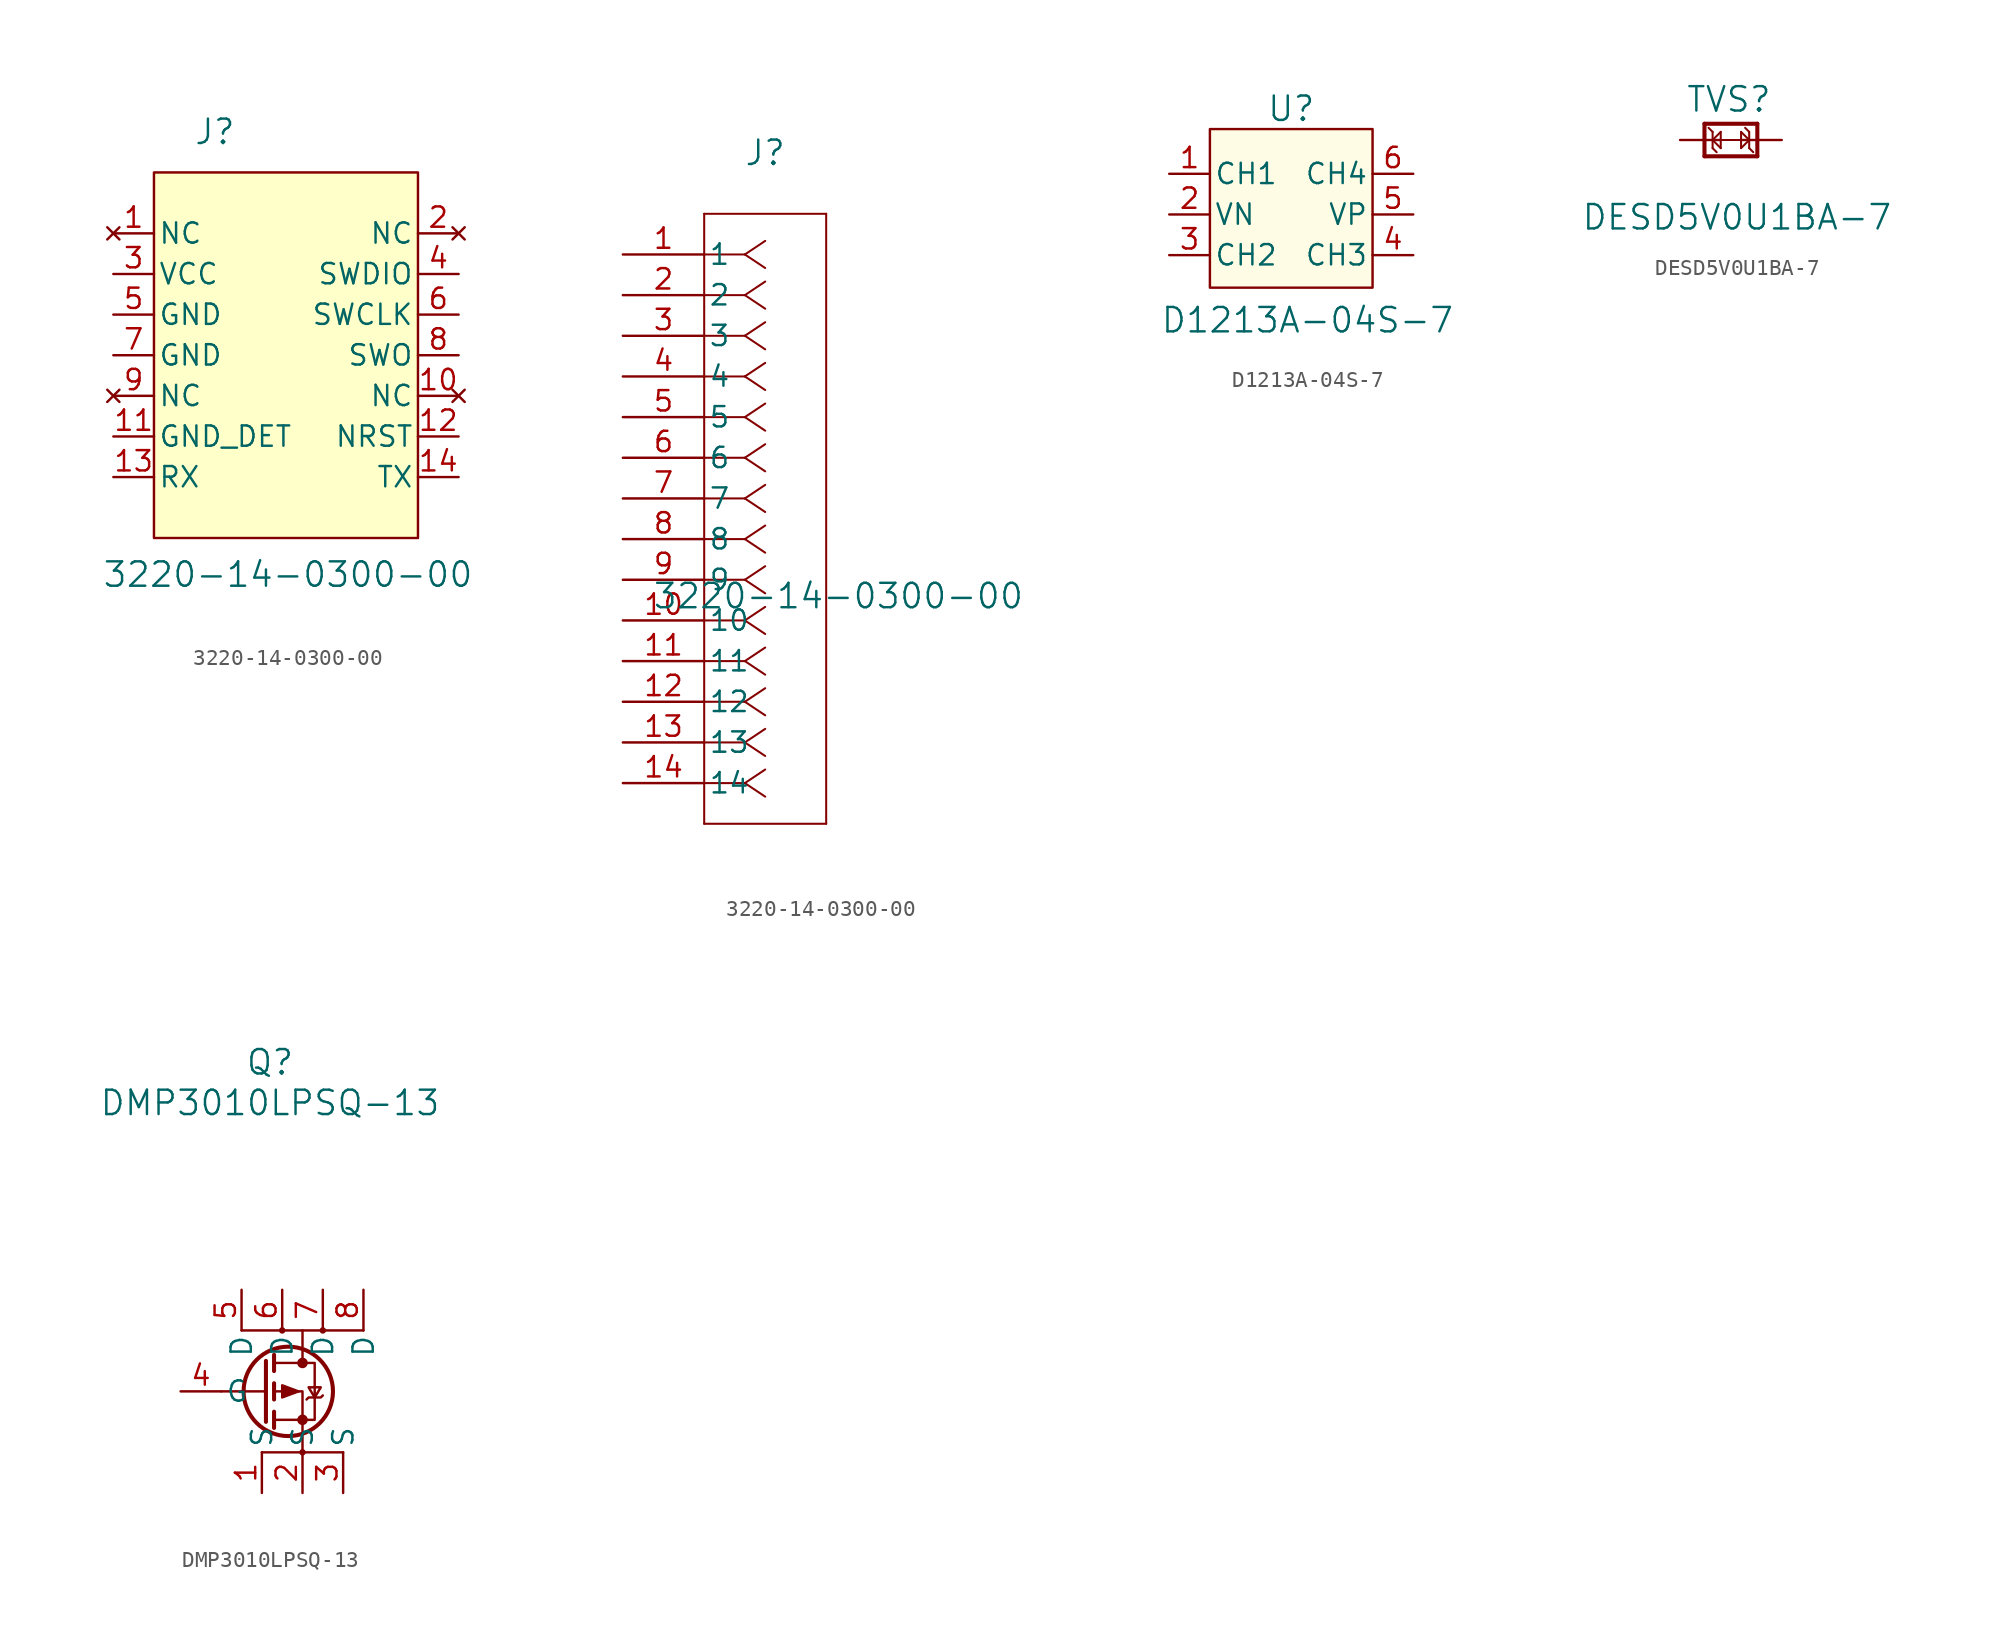
<source format=kicad_sym>
(kicad_symbol_lib
  (version 20241209)
  (generator "kicad_symbol_editor")
  (generator_version "9.0")
  (symbol "3220-14-0300-00"
    (pin_names
      (offset 0.254))
    (property "Reference" "J"
      (at 8.89 6.35 0)
      (effects (font (size 1.524 1.524))))
    (property "Value" "3220-14-0300-00"
      (at 13.462 -21.336 0)
      (effects (font (size 1.524 1.524))))
    (symbol "3220-14-0300-00_1_1"
      (rectangle (start 5.08 3.81) (end 21.59 -19.05) (stroke (width 0) (type solid)) (fill (type color) (color 254 255 201 1)))
      (pin no_connect line (at 2.54 0 0) (length 2.54) (name "NC" (effects (font (size 1.27 1.27)))) (number "1" (effects (font (size 1.27 1.27)))))
      (pin power_in line (at 2.54 -2.54 0) (length 2.54) (name "VCC" (effects (font (size 1.27 1.27)))) (number "3" (effects (font (size 1.27 1.27)))))
      (pin power_in line (at 2.54 -5.08 0) (length 2.54) (name "GND" (effects (font (size 1.27 1.27)))) (number "5" (effects (font (size 1.27 1.27)))))
      (pin power_in line (at 2.54 -7.62 0) (length 2.54) (name "GND" (effects (font (size 1.27 1.27)))) (number "7" (effects (font (size 1.27 1.27)))))
      (pin no_connect line (at 2.54 -10.16 0) (length 2.54) (name "NC" (effects (font (size 1.27 1.27)))) (number "9" (effects (font (size 1.27 1.27)))))
      (pin passive line (at 2.54 -12.7 0) (length 2.54) (name "GND_DET" (effects (font (size 1.27 1.27)))) (number "11" (effects (font (size 1.27 1.27)))))
      (pin passive line (at 2.54 -15.24 0) (length 2.54) (name "RX" (effects (font (size 1.27 1.27)))) (number "13" (effects (font (size 1.27 1.27)))))
      (pin no_connect line (at 24.13 0 180) (length 2.54) (name "NC" (effects (font (size 1.27 1.27)))) (number "2" (effects (font (size 1.27 1.27)))))
      (pin bidirectional line (at 24.13 -2.54 180) (length 2.54) (name "SWDIO" (effects (font (size 1.27 1.27)))) (number "4" (effects (font (size 1.27 1.27)))))
      (pin bidirectional line (at 24.13 -5.08 180) (length 2.54) (name "SWCLK" (effects (font (size 1.27 1.27)))) (number "6" (effects (font (size 1.27 1.27)))))
      (pin bidirectional line (at 24.13 -7.62 180) (length 2.54) (name "SWO" (effects (font (size 1.27 1.27)))) (number "8" (effects (font (size 1.27 1.27)))))
      (pin no_connect line (at 24.13 -10.16 180) (length 2.54) (name "NC" (effects (font (size 1.27 1.27)))) (number "10" (effects (font (size 1.27 1.27)))))
      (pin passive line (at 24.13 -12.7 180) (length 2.54) (name "NRST" (effects (font (size 1.27 1.27)))) (number "12" (effects (font (size 1.27 1.27)))))
      (pin passive line (at 24.13 -15.24 180) (length 2.54) (name "TX" (effects (font (size 1.27 1.27)))) (number "14" (effects (font (size 1.27 1.27))))))
    (symbol "3220-14-0300-00_1_2"
      (polyline (pts (xy 5.08 2.54) (xy 5.08 -35.56)) (stroke (width 0.127) (type default)) (fill (type none)))
      (polyline (pts (xy 5.08 -35.56) (xy 12.7 -35.56)) (stroke (width 0.127) (type default)) (fill (type none)))
      (polyline (pts (xy 7.62 0) (xy 5.08 0)) (stroke (width 0.127) (type default)) (fill (type none)))
      (polyline (pts (xy 7.62 0) (xy 8.89 0.847)) (stroke (width 0.127) (type default)) (fill (type none)))
      (polyline (pts (xy 7.62 0) (xy 8.89 -0.847)) (stroke (width 0.127) (type default)) (fill (type none)))
      (polyline (pts (xy 7.62 -2.54) (xy 5.08 -2.54)) (stroke (width 0.127) (type default)) (fill (type none)))
      (polyline (pts (xy 7.62 -2.54) (xy 8.89 -1.693)) (stroke (width 0.127) (type default)) (fill (type none)))
      (polyline (pts (xy 7.62 -2.54) (xy 8.89 -3.387)) (stroke (width 0.127) (type default)) (fill (type none)))
      (polyline (pts (xy 7.62 -5.08) (xy 5.08 -5.08)) (stroke (width 0.127) (type default)) (fill (type none)))
      (polyline (pts (xy 7.62 -5.08) (xy 8.89 -4.233)) (stroke (width 0.127) (type default)) (fill (type none)))
      (polyline (pts (xy 7.62 -5.08) (xy 8.89 -5.927)) (stroke (width 0.127) (type default)) (fill (type none)))
      (polyline (pts (xy 7.62 -7.62) (xy 5.08 -7.62)) (stroke (width 0.127) (type default)) (fill (type none)))
      (polyline (pts (xy 7.62 -7.62) (xy 8.89 -6.773)) (stroke (width 0.127) (type default)) (fill (type none)))
      (polyline (pts (xy 7.62 -7.62) (xy 8.89 -8.467)) (stroke (width 0.127) (type default)) (fill (type none)))
      (polyline (pts (xy 7.62 -10.16) (xy 5.08 -10.16)) (stroke (width 0.127) (type default)) (fill (type none)))
      (polyline (pts (xy 7.62 -10.16) (xy 8.89 -9.313)) (stroke (width 0.127) (type default)) (fill (type none)))
      (polyline (pts (xy 7.62 -10.16) (xy 8.89 -11.007)) (stroke (width 0.127) (type default)) (fill (type none)))
      (polyline (pts (xy 7.62 -12.7) (xy 5.08 -12.7)) (stroke (width 0.127) (type default)) (fill (type none)))
      (polyline (pts (xy 7.62 -12.7) (xy 8.89 -11.853)) (stroke (width 0.127) (type default)) (fill (type none)))
      (polyline (pts (xy 7.62 -12.7) (xy 8.89 -13.547)) (stroke (width 0.127) (type default)) (fill (type none)))
      (polyline (pts (xy 7.62 -15.24) (xy 5.08 -15.24)) (stroke (width 0.127) (type default)) (fill (type none)))
      (polyline (pts (xy 7.62 -15.24) (xy 8.89 -14.393)) (stroke (width 0.127) (type default)) (fill (type none)))
      (polyline (pts (xy 7.62 -15.24) (xy 8.89 -16.087)) (stroke (width 0.127) (type default)) (fill (type none)))
      (polyline (pts (xy 7.62 -17.78) (xy 5.08 -17.78)) (stroke (width 0.127) (type default)) (fill (type none)))
      (polyline (pts (xy 7.62 -17.78) (xy 8.89 -16.933)) (stroke (width 0.127) (type default)) (fill (type none)))
      (polyline (pts (xy 7.62 -17.78) (xy 8.89 -18.627)) (stroke (width 0.127) (type default)) (fill (type none)))
      (polyline (pts (xy 7.62 -20.32) (xy 5.08 -20.32)) (stroke (width 0.127) (type default)) (fill (type none)))
      (polyline (pts (xy 7.62 -20.32) (xy 8.89 -19.473)) (stroke (width 0.127) (type default)) (fill (type none)))
      (polyline (pts (xy 7.62 -20.32) (xy 8.89 -21.167)) (stroke (width 0.127) (type default)) (fill (type none)))
      (polyline (pts (xy 7.62 -22.86) (xy 5.08 -22.86)) (stroke (width 0.127) (type default)) (fill (type none)))
      (polyline (pts (xy 7.62 -22.86) (xy 8.89 -22.013)) (stroke (width 0.127) (type default)) (fill (type none)))
      (polyline (pts (xy 7.62 -22.86) (xy 8.89 -23.707)) (stroke (width 0.127) (type default)) (fill (type none)))
      (polyline (pts (xy 7.62 -25.4) (xy 5.08 -25.4)) (stroke (width 0.127) (type default)) (fill (type none)))
      (polyline (pts (xy 7.62 -25.4) (xy 8.89 -24.553)) (stroke (width 0.127) (type default)) (fill (type none)))
      (polyline (pts (xy 7.62 -25.4) (xy 8.89 -26.247)) (stroke (width 0.127) (type default)) (fill (type none)))
      (polyline (pts (xy 7.62 -27.94) (xy 5.08 -27.94)) (stroke (width 0.127) (type default)) (fill (type none)))
      (polyline (pts (xy 7.62 -27.94) (xy 8.89 -27.093)) (stroke (width 0.127) (type default)) (fill (type none)))
      (polyline (pts (xy 7.62 -27.94) (xy 8.89 -28.787)) (stroke (width 0.127) (type default)) (fill (type none)))
      (polyline (pts (xy 7.62 -30.48) (xy 5.08 -30.48)) (stroke (width 0.127) (type default)) (fill (type none)))
      (polyline (pts (xy 7.62 -30.48) (xy 8.89 -29.633)) (stroke (width 0.127) (type default)) (fill (type none)))
      (polyline (pts (xy 7.62 -30.48) (xy 8.89 -31.327)) (stroke (width 0.127) (type default)) (fill (type none)))
      (polyline (pts (xy 7.62 -33.02) (xy 5.08 -33.02)) (stroke (width 0.127) (type default)) (fill (type none)))
      (polyline (pts (xy 7.62 -33.02) (xy 8.89 -32.173)) (stroke (width 0.127) (type default)) (fill (type none)))
      (polyline (pts (xy 7.62 -33.02) (xy 8.89 -33.867)) (stroke (width 0.127) (type default)) (fill (type none)))
      (polyline (pts (xy 12.7 2.54) (xy 5.08 2.54)) (stroke (width 0.127) (type default)) (fill (type none)))
      (polyline (pts (xy 12.7 -35.56) (xy 12.7 2.54)) (stroke (width 0.127) (type default)) (fill (type none)))
      (pin unspecified line (at 0 0 0) (length 5.08) (name "1" (effects (font (size 1.27 1.27)))) (number "1" (effects (font (size 1.27 1.27)))))
      (pin unspecified line (at 0 -2.54 0) (length 5.08) (name "2" (effects (font (size 1.27 1.27)))) (number "2" (effects (font (size 1.27 1.27)))))
      (pin unspecified line (at 0 -5.08 0) (length 5.08) (name "3" (effects (font (size 1.27 1.27)))) (number "3" (effects (font (size 1.27 1.27)))))
      (pin unspecified line (at 0 -7.62 0) (length 5.08) (name "4" (effects (font (size 1.27 1.27)))) (number "4" (effects (font (size 1.27 1.27)))))
      (pin unspecified line (at 0 -10.16 0) (length 5.08) (name "5" (effects (font (size 1.27 1.27)))) (number "5" (effects (font (size 1.27 1.27)))))
      (pin unspecified line (at 0 -12.7 0) (length 5.08) (name "6" (effects (font (size 1.27 1.27)))) (number "6" (effects (font (size 1.27 1.27)))))
      (pin unspecified line (at 0 -15.24 0) (length 5.08) (name "7" (effects (font (size 1.27 1.27)))) (number "7" (effects (font (size 1.27 1.27)))))
      (pin unspecified line (at 0 -17.78 0) (length 5.08) (name "8" (effects (font (size 1.27 1.27)))) (number "8" (effects (font (size 1.27 1.27)))))
      (pin unspecified line (at 0 -20.32 0) (length 5.08) (name "9" (effects (font (size 1.27 1.27)))) (number "9" (effects (font (size 1.27 1.27)))))
      (pin unspecified line (at 0 -22.86 0) (length 5.08) (name "10" (effects (font (size 1.27 1.27)))) (number "10" (effects (font (size 1.27 1.27)))))
      (pin unspecified line (at 0 -25.4 0) (length 5.08) (name "11" (effects (font (size 1.27 1.27)))) (number "11" (effects (font (size 1.27 1.27)))))
      (pin unspecified line (at 0 -27.94 0) (length 5.08) (name "12" (effects (font (size 1.27 1.27)))) (number "12" (effects (font (size 1.27 1.27)))))
      (pin unspecified line (at 0 -30.48 0) (length 5.08) (name "13" (effects (font (size 1.27 1.27)))) (number "13" (effects (font (size 1.27 1.27)))))
      (pin unspecified line (at 0 -33.02 0) (length 5.08) (name "14" (effects (font (size 1.27 1.27)))) (number "14" (effects (font (size 1.27 1.27)))))))
  (symbol "D1213A-04S-7"
    (pin_names
      (offset 0.254))
    (property "Reference" "U"
      (at 15.24 -20.066 0)
      (effects (font (size 1.524 1.524))))
    (property "Value" "D1213A-04S-7"
      (at 16.256 -33.274 0)
      (effects (font (size 1.524 1.524))))
    (symbol "D1213A-04S-7_0_1"
      (pin power_in line (at 7.62 -26.67 0) (length 2.54) (name "VN" (effects (font (size 1.27 1.27)))) (number "2" (effects (font (size 1.27 1.27)))))
      (pin power_in line (at 22.86 -26.67 180) (length 2.54) (name "VP" (effects (font (size 1.27 1.27)))) (number "5" (effects (font (size 1.27 1.27))))))
    (symbol "D1213A-04S-7_1_1"
      (rectangle (start 10.16 -21.336) (end 20.32 -31.242) (stroke (width 0) (type solid)) (fill (type color) (color 255 252 229 1)))
      (pin passive line (at 7.62 -24.13 0) (length 2.54) (name "CH1" (effects (font (size 1.27 1.27)))) (number "1" (effects (font (size 1.27 1.27)))))
      (pin passive line (at 7.62 -29.21 0) (length 2.54) (name "CH2" (effects (font (size 1.27 1.27)))) (number "3" (effects (font (size 1.27 1.27)))))
      (pin passive line (at 22.86 -24.13 180) (length 2.54) (name "CH4" (effects (font (size 1.27 1.27)))) (number "6" (effects (font (size 1.27 1.27)))))
      (pin passive line (at 22.86 -29.21 180) (length 2.54) (name "CH3" (effects (font (size 1.27 1.27)))) (number "4" (effects (font (size 1.27 1.27)))))))
  (symbol "DESD5V0U1BA-7"
    (pin_numbers
      (hide yes))
    (pin_names
      (offset 0.254))
    (property "Reference" "TVS"
      (at 11.938 2.54 0)
      (effects (font (size 1.524 1.524))))
    (property "Value" "DESD5V0U1BA-7"
      (at 12.446 -4.826 0)
      (effects (font (size 1.524 1.524))))
    (symbol "DESD5V0U1BA-7_0_1"
      (polyline (pts (xy 10.414 0) (xy 10.922 0)) (stroke (width 0.127) (type default)) (fill (type none)))
      (polyline (pts (xy 10.414 -1.016) (xy 13.716 -1.016)) (stroke (width 0.254) (type default)) (fill (type none)))
      (polyline (pts (xy 10.922 0.508) (xy 10.668 0.762)) (stroke (width 0.127) (type default)) (fill (type none)))
      (polyline (pts (xy 10.922 0) (xy 11.43 0.508)) (stroke (width 0.127) (type default)) (fill (type none)))
      (polyline (pts (xy 10.922 -0.508) (xy 10.922 0.508)) (stroke (width 0.127) (type default)) (fill (type none)))
      (polyline (pts (xy 10.922 -0.508) (xy 11.176 -0.762)) (stroke (width 0.127) (type default)) (fill (type none)))
      (polyline (pts (xy 11.43 0.508) (xy 11.43 -0.508)) (stroke (width 0.127) (type default)) (fill (type none)))
      (polyline (pts (xy 11.43 -0.508) (xy 10.922 0)) (stroke (width 0.127) (type default)) (fill (type none)))
      (polyline (pts (xy 12.7 0.508) (xy 12.7 -0.508)) (stroke (width 0.127) (type default)) (fill (type none)))
      (polyline (pts (xy 12.7 0.508) (xy 13.208 0)) (stroke (width 0.127) (type default)) (fill (type none)))
      (polyline (pts (xy 12.7 0) (xy 11.43 0)) (stroke (width 0.127) (type default)) (fill (type none)))
      (polyline (pts (xy 13.208 0.508) (xy 12.954 0.762)) (stroke (width 0.127) (type default)) (fill (type none)))
      (polyline (pts (xy 13.208 0.508) (xy 13.208 -0.508)) (stroke (width 0.127) (type default)) (fill (type none)))
      (polyline (pts (xy 13.208 0) (xy 12.7 -0.508)) (stroke (width 0.127) (type default)) (fill (type none)))
      (polyline (pts (xy 13.208 0) (xy 13.716 0)) (stroke (width 0.127) (type default)) (fill (type none)))
      (polyline (pts (xy 13.208 -0.508) (xy 13.462 -0.762)) (stroke (width 0.127) (type default)) (fill (type none)))
      (polyline (pts (xy 13.716 1.016) (xy 10.414 1.016)) (stroke (width 0.254) (type default)) (fill (type none)))
      (polyline (pts (xy 13.716 -1.016) (xy 13.716 1.016)) (stroke (width 0.254) (type default)) (fill (type none))))
    (symbol "DESD5V0U1BA-7_1_1"
      (polyline (pts (xy 10.414 1.016) (xy 10.414 -1.016)) (stroke (width 0.254) (type solid)) (fill (type none)))
      (pin passive line (at 8.89 0 0) (length 2.54) (name "" (effects (font (size 1.27 1.27)))) (number "1" (effects (font (size 1.27 1.27)))))
      (pin passive line (at 15.24 0 180) (length 2.54) (name "" (effects (font (size 1.27 1.27)))) (number "2" (effects (font (size 1.27 1.27)))))))
  (symbol "DMP3010LPSQ-13"
    (pin_names
      (offset 0.254))
    (property "Reference" "Q"
      (at 19.558 24.384 0)
      (effects (font (size 1.524 1.524))))
    (property "Value" "DMP3010LPSQ-13"
      (at 19.558 21.844 0)
      (effects (font (size 1.524 1.524))))
    (symbol "DMP3010LPSQ-13_0_1"
      (polyline (pts (xy 17.78 7.62) (xy 25.4 7.62)) (stroke (width 0) (type default)) (fill (type none)))
      (polyline (pts (xy 19.05 0) (xy 24.13 0)) (stroke (width 0) (type default)) (fill (type none)))
      (polyline (pts (xy 19.304 5.715) (xy 19.304 1.905)) (stroke (width 0.254) (type default)) (fill (type none)))
      (polyline (pts (xy 19.304 3.81) (xy 16.51 3.81)) (stroke (width 0) (type default)) (fill (type none)))
      (polyline (pts (xy 19.812 6.096) (xy 19.812 5.08)) (stroke (width 0.254) (type default)) (fill (type none)))
      (polyline (pts (xy 19.812 5.588) (xy 22.352 5.588) (xy 22.352 2.032) (xy 19.812 2.032)) (stroke (width 0) (type default)) (fill (type none)))
      (polyline (pts (xy 19.812 4.318) (xy 19.812 3.302)) (stroke (width 0.254) (type default)) (fill (type none)))
      (polyline (pts (xy 19.812 2.54) (xy 19.812 1.524)) (stroke (width 0.254) (type default)) (fill (type none)))
      (circle (center 20.701 3.81) (radius 2.794) (stroke (width 0.254) (type default)) (fill (type none)))
      (polyline (pts (xy 21.336 3.81) (xy 20.32 4.191) (xy 20.32 3.429) (xy 21.336 3.81)) (stroke (width 0) (type default)) (fill (type outline)))
      (polyline (pts (xy 21.59 6.604) (xy 21.59 7.62)) (stroke (width 0) (type default)) (fill (type none)))
      (polyline (pts (xy 21.59 6.35) (xy 21.59 5.588)) (stroke (width 0) (type default)) (fill (type none)))
      (circle (center 21.59 5.588) (radius 0.254) (stroke (width 0) (type default)) (fill (type outline)))
      (circle (center 21.59 2.032) (radius 0.254) (stroke (width 0) (type default)) (fill (type outline)))
      (polyline (pts (xy 21.59 1.27) (xy 21.59 3.81) (xy 19.812 3.81)) (stroke (width 0) (type default)) (fill (type none)))
      (polyline (pts (xy 21.59 0) (xy 21.59 1.016)) (stroke (width 0) (type default)) (fill (type none)))
      (polyline (pts (xy 21.844 3.302) (xy 21.971 3.429) (xy 22.733 3.429) (xy 22.86 3.556)) (stroke (width 0) (type default)) (fill (type none)))
      (polyline (pts (xy 22.352 3.429) (xy 21.971 4.064) (xy 22.733 4.064) (xy 22.352 3.429)) (stroke (width 0) (type default)) (fill (type none))))
    (symbol "DMP3010LPSQ-13_1_1"
      (circle (center 20.32 7.62) (radius 0.127) (stroke (width 0) (type solid)) (fill (type outline)))
      (circle (center 21.59 0) (radius 0.127) (stroke (width 0) (type solid)) (fill (type outline)))
      (circle (center 22.86 7.62) (radius 0.127) (stroke (width 0) (type solid)) (fill (type outline)))
      (pin input line (at 13.97 3.81 0) (length 2.54) (name "G" (effects (font (size 1.27 1.27)))) (number "4" (effects (font (size 1.27 1.27)))))
      (pin passive line (at 17.78 10.16 270) (length 2.54) (name "D" (effects (font (size 1.27 1.27)))) (number "5" (effects (font (size 1.27 1.27)))))
      (pin passive line (at 19.05 -2.54 90) (length 2.54) (name "S" (effects (font (size 1.27 1.27)))) (number "1" (effects (font (size 1.27 1.27)))))
      (pin passive line (at 20.32 10.16 270) (length 2.54) (name "D" (effects (font (size 1.27 1.27)))) (number "6" (effects (font (size 1.27 1.27)))))
      (pin passive line (at 21.59 -2.54 90) (length 2.54) (name "S" (effects (font (size 1.27 1.27)))) (number "2" (effects (font (size 1.27 1.27)))))
      (pin passive line (at 22.86 10.16 270) (length 2.54) (name "D" (effects (font (size 1.27 1.27)))) (number "7" (effects (font (size 1.27 1.27)))))
      (pin passive line (at 24.13 -2.54 90) (length 2.54) (name "S" (effects (font (size 1.27 1.27)))) (number "3" (effects (font (size 1.27 1.27)))))
      (pin passive line (at 25.4 10.16 270) (length 2.54) (name "D" (effects (font (size 1.27 1.27)))) (number "8" (effects (font (size 1.27 1.27))))))))
</source>
